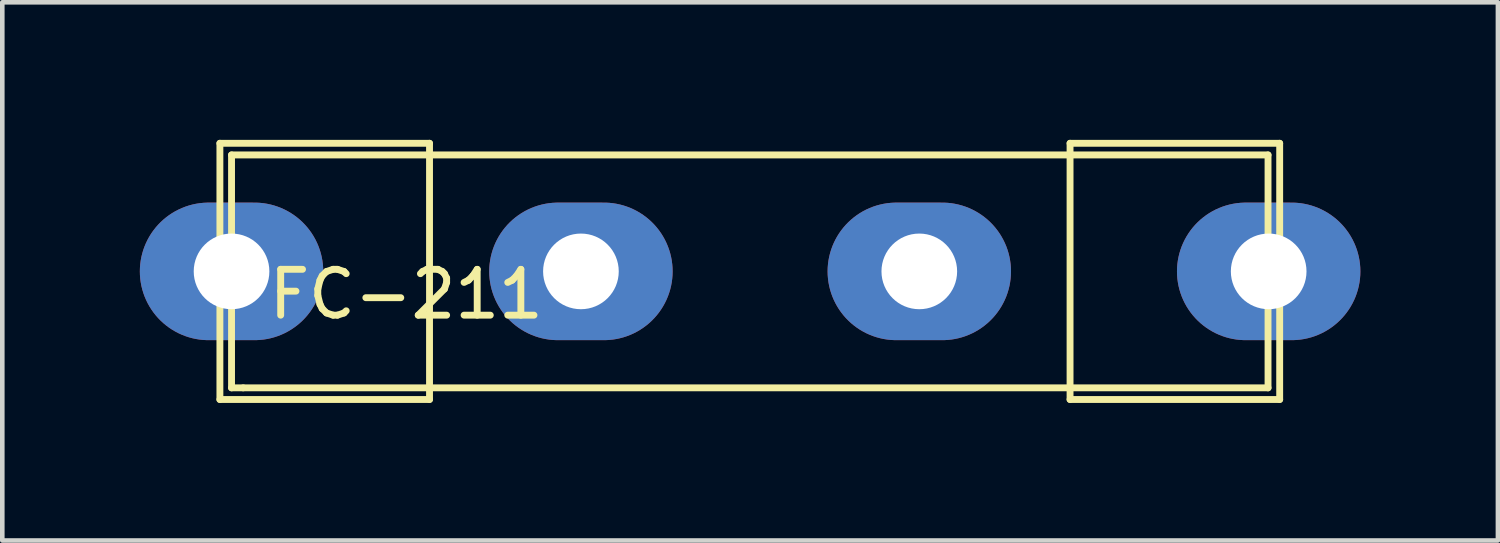
<source format=kicad_pcb>
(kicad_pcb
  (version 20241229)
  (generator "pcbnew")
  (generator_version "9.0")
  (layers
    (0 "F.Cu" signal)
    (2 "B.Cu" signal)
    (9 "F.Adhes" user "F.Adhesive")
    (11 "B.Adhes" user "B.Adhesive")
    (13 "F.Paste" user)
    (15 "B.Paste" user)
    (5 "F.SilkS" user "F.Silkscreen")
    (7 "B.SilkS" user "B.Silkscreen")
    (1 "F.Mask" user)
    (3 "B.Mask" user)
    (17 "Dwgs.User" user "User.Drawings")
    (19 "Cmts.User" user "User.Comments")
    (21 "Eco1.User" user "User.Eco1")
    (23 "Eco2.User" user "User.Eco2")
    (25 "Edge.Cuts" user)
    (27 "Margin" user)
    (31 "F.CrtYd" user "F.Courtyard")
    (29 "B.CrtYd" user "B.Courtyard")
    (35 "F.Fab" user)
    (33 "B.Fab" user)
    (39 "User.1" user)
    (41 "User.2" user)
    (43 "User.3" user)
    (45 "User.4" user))
  (footprint "FC-211"
    (layer "F.Cu")
    (at 5.81 2.869)
    (property "Reference" "FC-211" (at 0 0.5 0) (layer "F.SilkS") (effects (font (size 1 1) (thickness 0.15))))
    (attr through_hole)
    (fp_line (start -4.064 -2.794) (end 0.508 -2.794) (stroke (width 0.15) (type solid)) (layer "F.SilkS"))
    (fp_line (start -4.064 2.794) (end -4.064 -2.794) (stroke (width 0.15) (type solid)) (layer "F.SilkS"))
    (fp_line (start -3.81 -2.54) (end 18.796 -2.54) (stroke (width 0.15) (type solid)) (layer "F.SilkS"))
    (fp_line (start -3.81 2.54) (end -3.81 -2.54) (stroke (width 0.15) (type solid)) (layer "F.SilkS"))
    (fp_line (start -3.556 2.54) (end -3.81 2.54) (stroke (width 0.15) (type solid)) (layer "F.SilkS"))
    (fp_line (start 0.508 -2.794) (end 0.508 2.794) (stroke (width 0.15) (type solid)) (layer "F.SilkS"))
    (fp_line (start 0.508 2.794) (end -4.064 2.794) (stroke (width 0.15) (type solid)) (layer "F.SilkS"))
    (fp_line (start 14.478 -2.794) (end 19.05 -2.794) (stroke (width 0.15) (type solid)) (layer "F.SilkS"))
    (fp_line (start 14.478 2.794) (end 14.478 -2.794) (stroke (width 0.15) (type solid)) (layer "F.SilkS"))
    (fp_line (start 18.796 -2.54) (end 18.796 2.54) (stroke (width 0.15) (type solid)) (layer "F.SilkS"))
    (fp_line (start 18.796 2.54) (end -3.556 2.54) (stroke (width 0.15) (type solid)) (layer "F.SilkS"))
    (fp_line (start 19.05 -2.794) (end 19.05 2.794) (stroke (width 0.15) (type solid)) (layer "F.SilkS"))
    (fp_line (start 19.05 2.794) (end 14.478 2.794) (stroke (width 0.15) (type solid)) (layer "F.SilkS"))
    (pad "1" thru_hole oval (at -3.81 0) (size 4 3) (drill 1.65) (layers "*.Cu" "*.Mask"))
    (pad "1" thru_hole oval (at 3.81 0) (size 4 3) (drill 1.65) (layers "*.Cu" "*.Mask"))
    (pad "2" thru_hole oval (at 11.19 0) (size 4 3) (drill 1.65) (layers "*.Cu" "*.Mask"))
    (pad "2" thru_hole oval (at 18.81 0) (size 4 3) (drill 1.65) (layers "*.Cu" "*.Mask")))
  (gr_rect
    (start -3 -3)
    (end 29.62 8.738)
    (stroke (width 0.1) (type default))
    (fill no)
    (layer "Edge.Cuts")))
</source>
